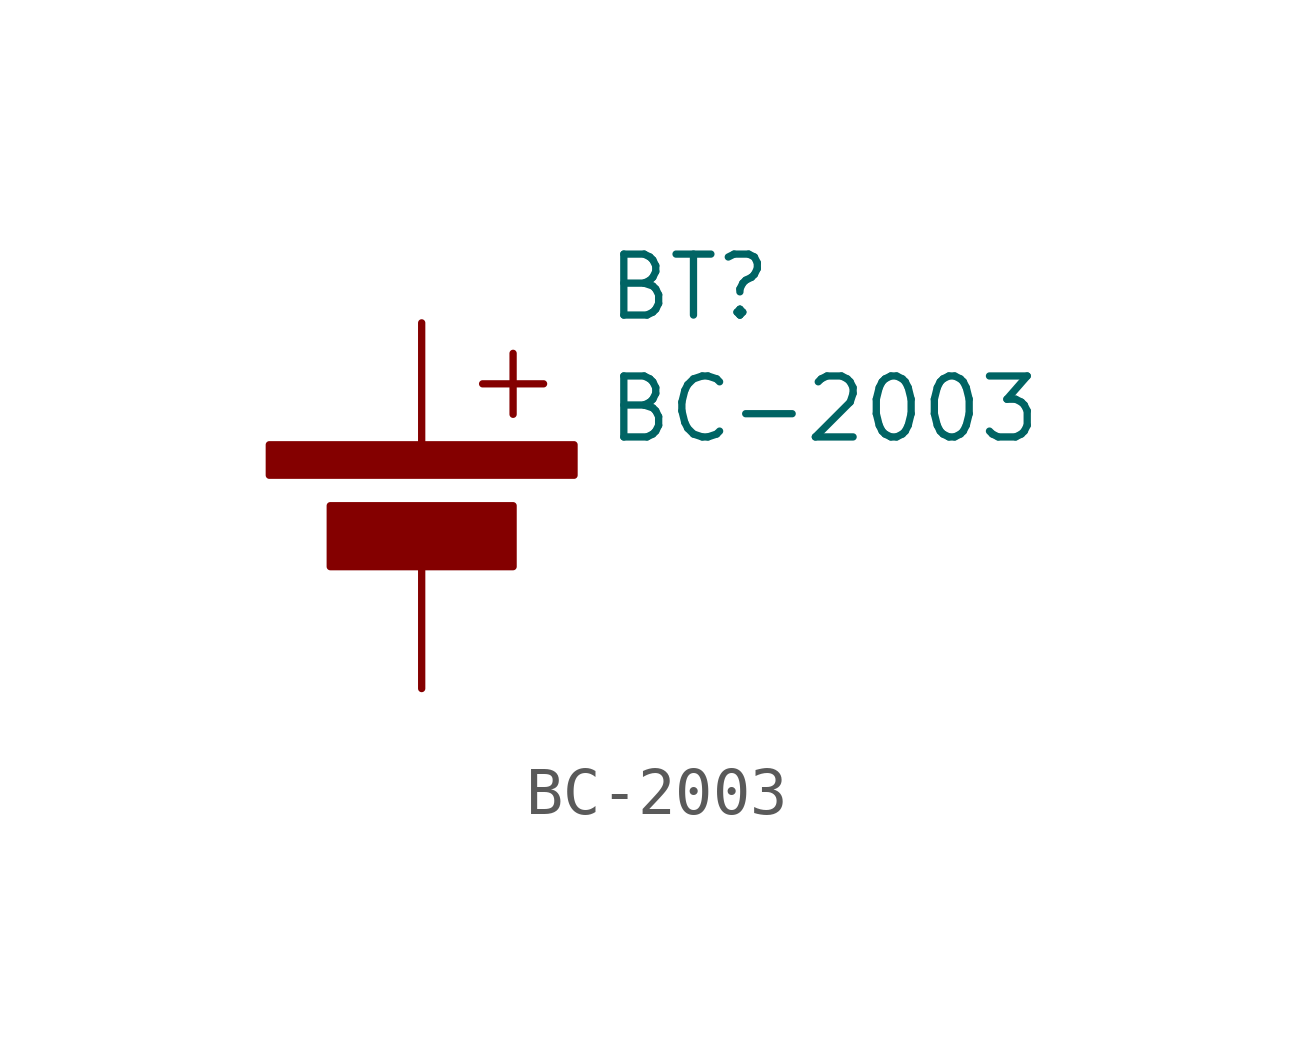
<source format=kicad_sym>
(kicad_symbol_lib
  (version 20220914)
  (generator kicad_symbol_editor)
  (symbol "BC-2003"
    (pin_numbers hide)
    (pin_names
      (offset 1.016) hide)
    (property "Reference" "BT"
      (at 3.81 2.54 0)
      (effects (font (size 1.27 1.27)) (justify left bottom)))
    (property "Value" "BC-2003"
      (at 3.81 0 0)
      (effects (font (size 1.27 1.27)) (justify left bottom)))
    (symbol "BC-2003_0_1"
      (rectangle (start -3.175 0) (end 3.175 -0.635) (stroke (width 0) (type solid)) (fill (type outline)))
      (rectangle (start -1.905 -1.27) (end 1.905 -2.54) (stroke (width 0) (type solid)) (fill (type outline)))
      (polyline (pts (xy 1.27 1.27) (xy 2.54 1.27)) (stroke (width 0) (type solid)) (fill (type none)))
      (polyline (pts (xy 1.905 1.905) (xy 1.905 0.635)) (stroke (width 0) (type solid)) (fill (type none))))
    (symbol "BC-2003_1_1"
      (pin passive line (at 0 2.54 270) (length 2.54) (name "+" (effects (font (size 1.27 1.27)))) (number "1" (effects (font (size 1.27 1.27)))))
      (pin passive line (at 0 -5.08 90) (length 2.54) (name "-" (effects (font (size 1.27 1.27)))) (number "2" (effects (font (size 1.27 1.27))))))))
</source>
